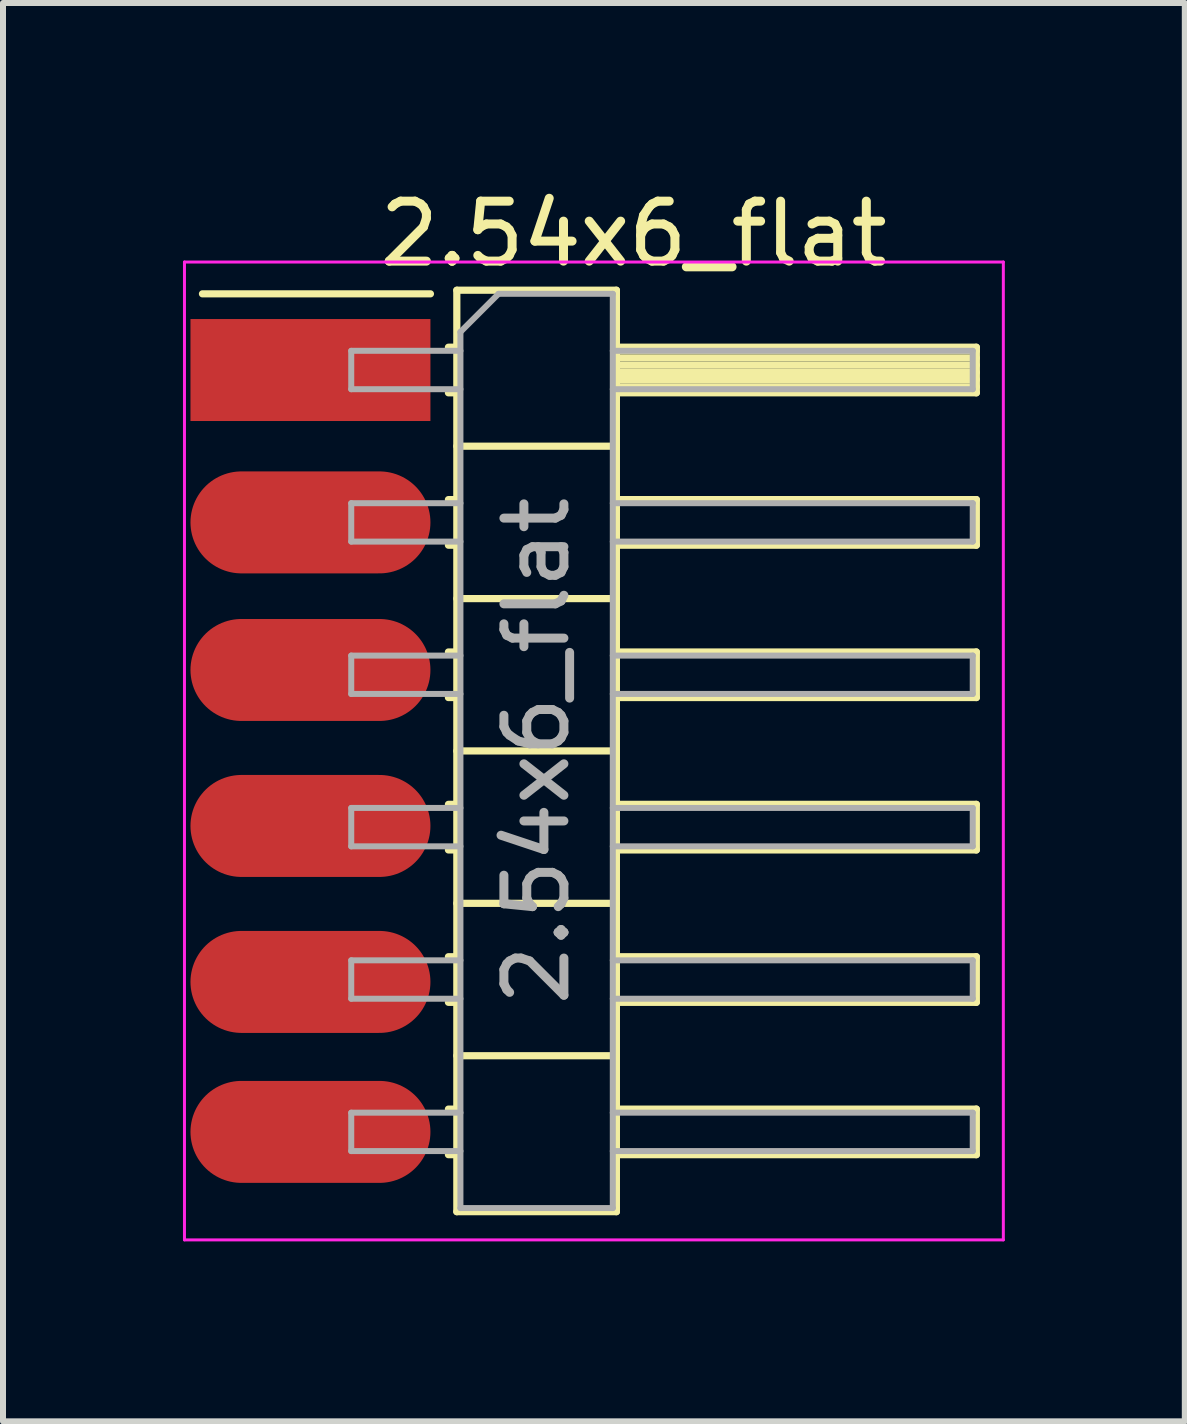
<source format=kicad_pcb>
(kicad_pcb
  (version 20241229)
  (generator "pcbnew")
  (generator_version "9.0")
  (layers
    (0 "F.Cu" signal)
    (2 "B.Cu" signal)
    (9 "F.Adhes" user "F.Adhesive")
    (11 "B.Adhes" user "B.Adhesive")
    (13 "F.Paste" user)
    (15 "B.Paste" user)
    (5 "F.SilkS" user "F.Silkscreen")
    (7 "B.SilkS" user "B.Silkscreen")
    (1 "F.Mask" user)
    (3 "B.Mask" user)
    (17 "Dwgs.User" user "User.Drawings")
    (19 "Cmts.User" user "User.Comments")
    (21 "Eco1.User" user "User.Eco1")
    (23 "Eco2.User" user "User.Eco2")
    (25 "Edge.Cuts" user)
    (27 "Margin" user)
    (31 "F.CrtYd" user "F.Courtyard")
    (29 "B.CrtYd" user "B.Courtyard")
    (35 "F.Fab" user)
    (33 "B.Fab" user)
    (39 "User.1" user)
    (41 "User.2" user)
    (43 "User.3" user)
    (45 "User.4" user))
  (footprint "2.54x6_flat"
    (layer "F.Cu")
    (at 3.125 3.118)
    (property "Reference" "2.54x6_flat" (at 4.385 -2.27 180) (layer "F.SilkS") (effects (font (size 1 1) (thickness 0.15))))
    (attr through_hole)
    (fp_line (start -2.8 -1.27) (end 1 -1.27) (stroke (width 0.12) (type solid)) (layer "F.SilkS"))
    (fp_line (start 1.3 -0.38) (end 1.44 -0.38) (stroke (width 0.12) (type solid)) (layer "F.SilkS"))
    (fp_line (start 1.3 0.38) (end 1.44 0.38) (stroke (width 0.12) (type solid)) (layer "F.SilkS"))
    (fp_line (start 1.3 2.16) (end 1.44 2.16) (stroke (width 0.12) (type solid)) (layer "F.SilkS"))
    (fp_line (start 1.3 2.92) (end 1.44 2.92) (stroke (width 0.12) (type solid)) (layer "F.SilkS"))
    (fp_line (start 1.3 4.7) (end 1.44 4.7) (stroke (width 0.12) (type solid)) (layer "F.SilkS"))
    (fp_line (start 1.3 5.46) (end 1.44 5.46) (stroke (width 0.12) (type solid)) (layer "F.SilkS"))
    (fp_line (start 1.3 7.24) (end 1.44 7.24) (stroke (width 0.12) (type solid)) (layer "F.SilkS"))
    (fp_line (start 1.3 8) (end 1.44 8) (stroke (width 0.12) (type solid)) (layer "F.SilkS"))
    (fp_line (start 1.3 9.78) (end 1.44 9.78) (stroke (width 0.12) (type solid)) (layer "F.SilkS"))
    (fp_line (start 1.3 10.54) (end 1.44 10.54) (stroke (width 0.12) (type solid)) (layer "F.SilkS"))
    (fp_line (start 1.3 12.32) (end 1.44 12.32) (stroke (width 0.12) (type solid)) (layer "F.SilkS"))
    (fp_line (start 1.3 13.08) (end 1.44 13.08) (stroke (width 0.12) (type solid)) (layer "F.SilkS"))
    (fp_line (start 1.44 -1.33) (end 1.44 14.03) (stroke (width 0.12) (type solid)) (layer "F.SilkS"))
    (fp_line (start 1.44 1.27) (end 4.1 1.27) (stroke (width 0.12) (type solid)) (layer "F.SilkS"))
    (fp_line (start 1.44 3.81) (end 4.1 3.81) (stroke (width 0.12) (type solid)) (layer "F.SilkS"))
    (fp_line (start 1.44 6.35) (end 4.1 6.35) (stroke (width 0.12) (type solid)) (layer "F.SilkS"))
    (fp_line (start 1.44 8.89) (end 4.1 8.89) (stroke (width 0.12) (type solid)) (layer "F.SilkS"))
    (fp_line (start 1.44 11.43) (end 4.1 11.43) (stroke (width 0.12) (type solid)) (layer "F.SilkS"))
    (fp_line (start 1.44 14.03) (end 4.1 14.03) (stroke (width 0.12) (type solid)) (layer "F.SilkS"))
    (fp_line (start 4.1 -1.33) (end 1.44 -1.33) (stroke (width 0.12) (type solid)) (layer "F.SilkS"))
    (fp_line (start 4.1 -0.38) (end 10.1 -0.38) (stroke (width 0.12) (type solid)) (layer "F.SilkS"))
    (fp_line (start 4.1 -0.32) (end 10.1 -0.32) (stroke (width 0.12) (type solid)) (layer "F.SilkS"))
    (fp_line (start 4.1 -0.2) (end 10.1 -0.2) (stroke (width 0.12) (type solid)) (layer "F.SilkS"))
    (fp_line (start 4.1 -0.08) (end 10.1 -0.08) (stroke (width 0.12) (type solid)) (layer "F.SilkS"))
    (fp_line (start 4.1 0.04) (end 10.1 0.04) (stroke (width 0.12) (type solid)) (layer "F.SilkS"))
    (fp_line (start 4.1 0.16) (end 10.1 0.16) (stroke (width 0.12) (type solid)) (layer "F.SilkS"))
    (fp_line (start 4.1 0.28) (end 10.1 0.28) (stroke (width 0.12) (type solid)) (layer "F.SilkS"))
    (fp_line (start 4.1 2.16) (end 10.1 2.16) (stroke (width 0.12) (type solid)) (layer "F.SilkS"))
    (fp_line (start 4.1 4.7) (end 10.1 4.7) (stroke (width 0.12) (type solid)) (layer "F.SilkS"))
    (fp_line (start 4.1 7.24) (end 10.1 7.24) (stroke (width 0.12) (type solid)) (layer "F.SilkS"))
    (fp_line (start 4.1 9.78) (end 10.1 9.78) (stroke (width 0.12) (type solid)) (layer "F.SilkS"))
    (fp_line (start 4.1 12.32) (end 10.1 12.32) (stroke (width 0.12) (type solid)) (layer "F.SilkS"))
    (fp_line (start 4.1 14.03) (end 4.1 -1.33) (stroke (width 0.12) (type solid)) (layer "F.SilkS"))
    (fp_line (start 10.1 -0.38) (end 10.1 0.38) (stroke (width 0.12) (type solid)) (layer "F.SilkS"))
    (fp_line (start 10.1 0.38) (end 4.1 0.38) (stroke (width 0.12) (type solid)) (layer "F.SilkS"))
    (fp_line (start 10.1 2.16) (end 10.1 2.92) (stroke (width 0.12) (type solid)) (layer "F.SilkS"))
    (fp_line (start 10.1 2.92) (end 4.1 2.92) (stroke (width 0.12) (type solid)) (layer "F.SilkS"))
    (fp_line (start 10.1 4.7) (end 10.1 5.46) (stroke (width 0.12) (type solid)) (layer "F.SilkS"))
    (fp_line (start 10.1 5.46) (end 4.1 5.46) (stroke (width 0.12) (type solid)) (layer "F.SilkS"))
    (fp_line (start 10.1 7.24) (end 10.1 8) (stroke (width 0.12) (type solid)) (layer "F.SilkS"))
    (fp_line (start 10.1 8) (end 4.1 8) (stroke (width 0.12) (type solid)) (layer "F.SilkS"))
    (fp_line (start 10.1 9.78) (end 10.1 10.54) (stroke (width 0.12) (type solid)) (layer "F.SilkS"))
    (fp_line (start 10.1 10.54) (end 4.1 10.54) (stroke (width 0.12) (type solid)) (layer "F.SilkS"))
    (fp_line (start 10.1 12.32) (end 10.1 13.08) (stroke (width 0.12) (type solid)) (layer "F.SilkS"))
    (fp_line (start 10.1 13.08) (end 4.1 13.08) (stroke (width 0.12) (type solid)) (layer "F.SilkS"))
    (fp_line (start -3.1 -1.8) (end -3.1 14.5) (stroke (width 0.05) (type solid)) (layer "F.CrtYd"))
    (fp_line (start -3.1 14.5) (end 10.55 14.5) (stroke (width 0.05) (type solid)) (layer "F.CrtYd"))
    (fp_line (start 10.55 -1.8) (end -3.1 -1.8) (stroke (width 0.05) (type solid)) (layer "F.CrtYd"))
    (fp_line (start 10.55 14.5) (end 10.55 -1.8) (stroke (width 0.05) (type solid)) (layer "F.CrtYd"))
    (fp_line (start -0.32 -0.32) (end -0.32 0.32) (stroke (width 0.1) (type solid)) (layer "F.Fab"))
    (fp_line (start -0.32 -0.32) (end 1.5 -0.32) (stroke (width 0.1) (type solid)) (layer "F.Fab"))
    (fp_line (start -0.32 0.32) (end 1.5 0.32) (stroke (width 0.1) (type solid)) (layer "F.Fab"))
    (fp_line (start -0.32 2.22) (end -0.32 2.86) (stroke (width 0.1) (type solid)) (layer "F.Fab"))
    (fp_line (start -0.32 2.22) (end 1.5 2.22) (stroke (width 0.1) (type solid)) (layer "F.Fab"))
    (fp_line (start -0.32 2.86) (end 1.5 2.86) (stroke (width 0.1) (type solid)) (layer "F.Fab"))
    (fp_line (start -0.32 4.76) (end -0.32 5.4) (stroke (width 0.1) (type solid)) (layer "F.Fab"))
    (fp_line (start -0.32 4.76) (end 1.5 4.76) (stroke (width 0.1) (type solid)) (layer "F.Fab"))
    (fp_line (start -0.32 5.4) (end 1.5 5.4) (stroke (width 0.1) (type solid)) (layer "F.Fab"))
    (fp_line (start -0.32 7.3) (end -0.32 7.94) (stroke (width 0.1) (type solid)) (layer "F.Fab"))
    (fp_line (start -0.32 7.3) (end 1.5 7.3) (stroke (width 0.1) (type solid)) (layer "F.Fab"))
    (fp_line (start -0.32 7.94) (end 1.5 7.94) (stroke (width 0.1) (type solid)) (layer "F.Fab"))
    (fp_line (start -0.32 9.84) (end -0.32 10.48) (stroke (width 0.1) (type solid)) (layer "F.Fab"))
    (fp_line (start -0.32 9.84) (end 1.5 9.84) (stroke (width 0.1) (type solid)) (layer "F.Fab"))
    (fp_line (start -0.32 10.48) (end 1.5 10.48) (stroke (width 0.1) (type solid)) (layer "F.Fab"))
    (fp_line (start -0.32 12.38) (end -0.32 13.02) (stroke (width 0.1) (type solid)) (layer "F.Fab"))
    (fp_line (start -0.32 12.38) (end 1.5 12.38) (stroke (width 0.1) (type solid)) (layer "F.Fab"))
    (fp_line (start -0.32 13.02) (end 1.5 13.02) (stroke (width 0.1) (type solid)) (layer "F.Fab"))
    (fp_line (start 1.5 -0.635) (end 2.135 -1.27) (stroke (width 0.1) (type solid)) (layer "F.Fab"))
    (fp_line (start 1.5 13.97) (end 1.5 -0.635) (stroke (width 0.1) (type solid)) (layer "F.Fab"))
    (fp_line (start 2.135 -1.27) (end 4.04 -1.27) (stroke (width 0.1) (type solid)) (layer "F.Fab"))
    (fp_line (start 4.04 -1.27) (end 4.04 13.97) (stroke (width 0.1) (type solid)) (layer "F.Fab"))
    (fp_line (start 4.04 -0.32) (end 10.04 -0.32) (stroke (width 0.1) (type solid)) (layer "F.Fab"))
    (fp_line (start 4.04 0.32) (end 10.04 0.32) (stroke (width 0.1) (type solid)) (layer "F.Fab"))
    (fp_line (start 4.04 2.22) (end 10.04 2.22) (stroke (width 0.1) (type solid)) (layer "F.Fab"))
    (fp_line (start 4.04 2.86) (end 10.04 2.86) (stroke (width 0.1) (type solid)) (layer "F.Fab"))
    (fp_line (start 4.04 4.76) (end 10.04 4.76) (stroke (width 0.1) (type solid)) (layer "F.Fab"))
    (fp_line (start 4.04 5.4) (end 10.04 5.4) (stroke (width 0.1) (type solid)) (layer "F.Fab"))
    (fp_line (start 4.04 7.3) (end 10.04 7.3) (stroke (width 0.1) (type solid)) (layer "F.Fab"))
    (fp_line (start 4.04 7.94) (end 10.04 7.94) (stroke (width 0.1) (type solid)) (layer "F.Fab"))
    (fp_line (start 4.04 9.84) (end 10.04 9.84) (stroke (width 0.1) (type solid)) (layer "F.Fab"))
    (fp_line (start 4.04 10.48) (end 10.04 10.48) (stroke (width 0.1) (type solid)) (layer "F.Fab"))
    (fp_line (start 4.04 12.38) (end 10.04 12.38) (stroke (width 0.1) (type solid)) (layer "F.Fab"))
    (fp_line (start 4.04 13.02) (end 10.04 13.02) (stroke (width 0.1) (type solid)) (layer "F.Fab"))
    (fp_line (start 4.04 13.97) (end 1.5 13.97) (stroke (width 0.1) (type solid)) (layer "F.Fab"))
    (fp_line (start 10.04 -0.32) (end 10.04 0.32) (stroke (width 0.1) (type solid)) (layer "F.Fab"))
    (fp_line (start 10.04 2.22) (end 10.04 2.86) (stroke (width 0.1) (type solid)) (layer "F.Fab"))
    (fp_line (start 10.04 4.76) (end 10.04 5.4) (stroke (width 0.1) (type solid)) (layer "F.Fab"))
    (fp_line (start 10.04 7.3) (end 10.04 7.94) (stroke (width 0.1) (type solid)) (layer "F.Fab"))
    (fp_line (start 10.04 9.84) (end 10.04 10.48) (stroke (width 0.1) (type solid)) (layer "F.Fab"))
    (fp_line (start 10.04 12.38) (end 10.04 13.02) (stroke (width 0.1) (type solid)) (layer "F.Fab"))
    (fp_text user "${REFERENCE}" (at 2.77 6.35 90) (layer "F.Fab") (effects (font (size 1 1) (thickness 0.15))))
    (pad "1" smd rect (at -1 0) (size 4 1.7) (layers "F.Cu" "F.Mask" "F.Paste"))
    (pad "2" smd oval (at -1 2.54) (size 4 1.7) (layers "F.Cu" "F.Mask" "F.Paste"))
    (pad "3" smd oval (at -1 5) (size 4 1.7) (layers "F.Cu" "F.Mask" "F.Paste"))
    (pad "4" smd oval (at -1 7.6) (size 4 1.7) (layers "F.Cu" "F.Mask" "F.Paste"))
    (pad "5" smd oval (at -1 10.2) (size 4 1.7) (layers "F.Cu" "F.Mask" "F.Paste"))
    (pad "6" smd oval (at -1 12.7) (size 4 1.7) (layers "F.Cu" "F.Mask" "F.Paste")))
  (gr_rect
    (start -3 -3)
    (end 16.7 20.643)
    (stroke (width 0.1) (type default))
    (fill no)
    (layer "Edge.Cuts")))
</source>
